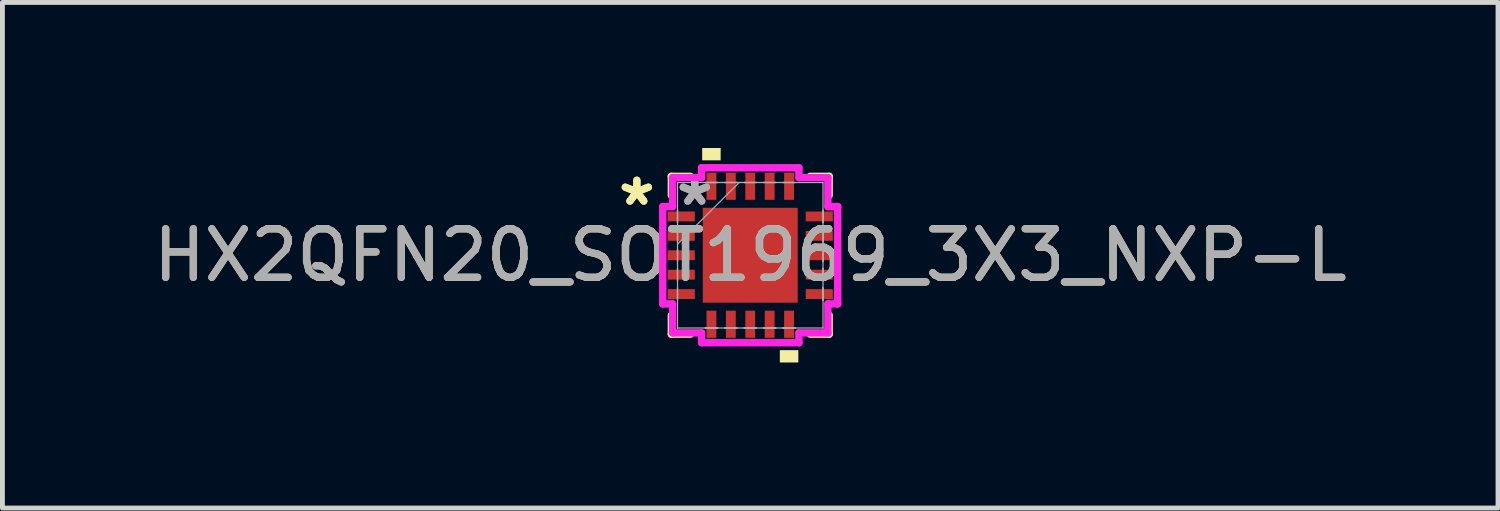
<source format=kicad_pcb>
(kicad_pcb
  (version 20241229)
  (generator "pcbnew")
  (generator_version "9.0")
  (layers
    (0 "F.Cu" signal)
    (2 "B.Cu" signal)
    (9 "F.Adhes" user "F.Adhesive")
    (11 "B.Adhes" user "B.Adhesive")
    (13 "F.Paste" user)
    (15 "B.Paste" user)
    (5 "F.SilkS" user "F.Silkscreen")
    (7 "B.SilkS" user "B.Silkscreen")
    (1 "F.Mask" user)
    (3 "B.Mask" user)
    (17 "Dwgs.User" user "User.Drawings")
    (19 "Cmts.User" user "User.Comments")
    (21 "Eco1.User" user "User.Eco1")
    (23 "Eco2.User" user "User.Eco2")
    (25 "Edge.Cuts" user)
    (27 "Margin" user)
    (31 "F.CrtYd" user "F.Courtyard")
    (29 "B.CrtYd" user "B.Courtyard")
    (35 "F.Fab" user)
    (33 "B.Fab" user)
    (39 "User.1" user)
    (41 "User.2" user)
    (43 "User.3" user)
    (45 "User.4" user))
  (footprint "HX2QFN20_SOT1969_3X3_NXP-L"
    (layer "F.Cu")
    (at 12.411 2.21)
    (property "Reference" "HX2QFN20_SOT1969_3X3_NXP-L" (at 0 0 0) (unlocked yes) (layer "F.SilkS") (effects (font (size 1 1) (thickness 0.15))))
    (attr smd)
    (fp_line (start -1.626 -1.626) (end -1.626 -1.234) (stroke (width 0.152) (type solid)) (layer "F.SilkS"))
    (fp_line (start -1.626 1.234) (end -1.626 1.626) (stroke (width 0.152) (type solid)) (layer "F.SilkS"))
    (fp_line (start -1.626 1.626) (end -1.234 1.626) (stroke (width 0.152) (type solid)) (layer "F.SilkS"))
    (fp_line (start -1.234 -1.626) (end -1.626 -1.626) (stroke (width 0.152) (type solid)) (layer "F.SilkS"))
    (fp_line (start 1.234 1.626) (end 1.626 1.626) (stroke (width 0.152) (type solid)) (layer "F.SilkS"))
    (fp_line (start 1.626 -1.626) (end 1.234 -1.626) (stroke (width 0.152) (type solid)) (layer "F.SilkS"))
    (fp_line (start 1.626 -1.234) (end 1.626 -1.626) (stroke (width 0.152) (type solid)) (layer "F.SilkS"))
    (fp_line (start 1.626 1.626) (end 1.626 1.234) (stroke (width 0.152) (type solid)) (layer "F.SilkS"))
    (fp_poly (pts (xy -0.991 -1.956) (xy -0.991 -2.21) (xy -0.61 -2.21) (xy -0.61 -1.956)) (stroke (width 0) (type solid)) (fill yes) (layer "F.SilkS"))
    (fp_poly (pts (xy 0.61 1.956) (xy 0.61 2.21) (xy 0.991 2.21) (xy 0.991 1.956)) (stroke (width 0) (type solid)) (fill yes) (layer "F.SilkS"))
    (fp_line (start -1.803 -1.003) (end -1.6 -1.003) (stroke (width 0.152) (type solid)) (layer "F.CrtYd"))
    (fp_line (start -1.803 1.003) (end -1.803 -1.003) (stroke (width 0.152) (type solid)) (layer "F.CrtYd"))
    (fp_line (start -1.6 -1.6) (end -1.003 -1.6) (stroke (width 0.152) (type solid)) (layer "F.CrtYd"))
    (fp_line (start -1.6 -1.003) (end -1.6 -1.6) (stroke (width 0.152) (type solid)) (layer "F.CrtYd"))
    (fp_line (start -1.6 1.003) (end -1.803 1.003) (stroke (width 0.152) (type solid)) (layer "F.CrtYd"))
    (fp_line (start -1.6 1.6) (end -1.6 1.003) (stroke (width 0.152) (type solid)) (layer "F.CrtYd"))
    (fp_line (start -1.003 -1.803) (end 1.003 -1.803) (stroke (width 0.152) (type solid)) (layer "F.CrtYd"))
    (fp_line (start -1.003 -1.6) (end -1.003 -1.803) (stroke (width 0.152) (type solid)) (layer "F.CrtYd"))
    (fp_line (start -1.003 1.6) (end -1.6 1.6) (stroke (width 0.152) (type solid)) (layer "F.CrtYd"))
    (fp_line (start -1.003 1.803) (end -1.003 1.6) (stroke (width 0.152) (type solid)) (layer "F.CrtYd"))
    (fp_line (start 1.003 -1.803) (end 1.003 -1.6) (stroke (width 0.152) (type solid)) (layer "F.CrtYd"))
    (fp_line (start 1.003 -1.6) (end 1.6 -1.6) (stroke (width 0.152) (type solid)) (layer "F.CrtYd"))
    (fp_line (start 1.003 1.6) (end 1.003 1.803) (stroke (width 0.152) (type solid)) (layer "F.CrtYd"))
    (fp_line (start 1.003 1.803) (end -1.003 1.803) (stroke (width 0.152) (type solid)) (layer "F.CrtYd"))
    (fp_line (start 1.6 -1.6) (end 1.6 -1.003) (stroke (width 0.152) (type solid)) (layer "F.CrtYd"))
    (fp_line (start 1.6 -1.003) (end 1.803 -1.003) (stroke (width 0.152) (type solid)) (layer "F.CrtYd"))
    (fp_line (start 1.6 1.003) (end 1.6 1.6) (stroke (width 0.152) (type solid)) (layer "F.CrtYd"))
    (fp_line (start 1.6 1.6) (end 1.003 1.6) (stroke (width 0.152) (type solid)) (layer "F.CrtYd"))
    (fp_line (start 1.803 -1.003) (end 1.803 1.003) (stroke (width 0.152) (type solid)) (layer "F.CrtYd"))
    (fp_line (start 1.803 1.003) (end 1.6 1.003) (stroke (width 0.152) (type solid)) (layer "F.CrtYd"))
    (fp_line (start -1.499 -1.499) (end -1.499 -1.499) (stroke (width 0.025) (type solid)) (layer "F.Fab"))
    (fp_line (start -1.499 -1.499) (end -1.499 1.499) (stroke (width 0.025) (type solid)) (layer "F.Fab"))
    (fp_line (start -1.499 -0.927) (end -1.499 -0.927) (stroke (width 0.025) (type solid)) (layer "F.Fab"))
    (fp_line (start -1.499 -0.927) (end -1.499 -0.673) (stroke (width 0.025) (type solid)) (layer "F.Fab"))
    (fp_line (start -1.499 -0.673) (end -1.499 -0.927) (stroke (width 0.025) (type solid)) (layer "F.Fab"))
    (fp_line (start -1.499 -0.673) (end -1.499 -0.673) (stroke (width 0.025) (type solid)) (layer "F.Fab"))
    (fp_line (start -1.499 -0.527) (end -1.499 -0.527) (stroke (width 0.025) (type solid)) (layer "F.Fab"))
    (fp_line (start -1.499 -0.527) (end -1.499 -0.273) (stroke (width 0.025) (type solid)) (layer "F.Fab"))
    (fp_line (start -1.499 -0.273) (end -1.499 -0.527) (stroke (width 0.025) (type solid)) (layer "F.Fab"))
    (fp_line (start -1.499 -0.273) (end -1.499 -0.273) (stroke (width 0.025) (type solid)) (layer "F.Fab"))
    (fp_line (start -1.499 -0.229) (end -0.229 -1.499) (stroke (width 0.025) (type solid)) (layer "F.Fab"))
    (fp_line (start -1.499 -0.127) (end -1.499 -0.127) (stroke (width 0.025) (type solid)) (layer "F.Fab"))
    (fp_line (start -1.499 -0.127) (end -1.499 0.127) (stroke (width 0.025) (type solid)) (layer "F.Fab"))
    (fp_line (start -1.499 0.127) (end -1.499 -0.127) (stroke (width 0.025) (type solid)) (layer "F.Fab"))
    (fp_line (start -1.499 0.127) (end -1.499 0.127) (stroke (width 0.025) (type solid)) (layer "F.Fab"))
    (fp_line (start -1.499 0.273) (end -1.499 0.273) (stroke (width 0.025) (type solid)) (layer "F.Fab"))
    (fp_line (start -1.499 0.273) (end -1.499 0.527) (stroke (width 0.025) (type solid)) (layer "F.Fab"))
    (fp_line (start -1.499 0.527) (end -1.499 0.273) (stroke (width 0.025) (type solid)) (layer "F.Fab"))
    (fp_line (start -1.499 0.527) (end -1.499 0.527) (stroke (width 0.025) (type solid)) (layer "F.Fab"))
    (fp_line (start -1.499 0.673) (end -1.499 0.673) (stroke (width 0.025) (type solid)) (layer "F.Fab"))
    (fp_line (start -1.499 0.673) (end -1.499 0.927) (stroke (width 0.025) (type solid)) (layer "F.Fab"))
    (fp_line (start -1.499 0.927) (end -1.499 0.673) (stroke (width 0.025) (type solid)) (layer "F.Fab"))
    (fp_line (start -1.499 0.927) (end -1.499 0.927) (stroke (width 0.025) (type solid)) (layer "F.Fab"))
    (fp_line (start -1.499 1.499) (end -1.499 1.499) (stroke (width 0.025) (type solid)) (layer "F.Fab"))
    (fp_line (start -1.499 1.499) (end 1.499 1.499) (stroke (width 0.025) (type solid)) (layer "F.Fab"))
    (fp_line (start -0.927 -1.499) (end -0.927 -1.499) (stroke (width 0.025) (type solid)) (layer "F.Fab"))
    (fp_line (start -0.927 -1.499) (end -0.673 -1.499) (stroke (width 0.025) (type solid)) (layer "F.Fab"))
    (fp_line (start -0.927 1.499) (end -0.927 1.499) (stroke (width 0.025) (type solid)) (layer "F.Fab"))
    (fp_line (start -0.927 1.499) (end -0.673 1.499) (stroke (width 0.025) (type solid)) (layer "F.Fab"))
    (fp_line (start -0.673 -1.499) (end -0.927 -1.499) (stroke (width 0.025) (type solid)) (layer "F.Fab"))
    (fp_line (start -0.673 -1.499) (end -0.673 -1.499) (stroke (width 0.025) (type solid)) (layer "F.Fab"))
    (fp_line (start -0.673 1.499) (end -0.927 1.499) (stroke (width 0.025) (type solid)) (layer "F.Fab"))
    (fp_line (start -0.673 1.499) (end -0.673 1.499) (stroke (width 0.025) (type solid)) (layer "F.Fab"))
    (fp_line (start -0.527 -1.499) (end -0.527 -1.499) (stroke (width 0.025) (type solid)) (layer "F.Fab"))
    (fp_line (start -0.527 -1.499) (end -0.273 -1.499) (stroke (width 0.025) (type solid)) (layer "F.Fab"))
    (fp_line (start -0.527 1.499) (end -0.527 1.499) (stroke (width 0.025) (type solid)) (layer "F.Fab"))
    (fp_line (start -0.527 1.499) (end -0.273 1.499) (stroke (width 0.025) (type solid)) (layer "F.Fab"))
    (fp_line (start -0.273 -1.499) (end -0.527 -1.499) (stroke (width 0.025) (type solid)) (layer "F.Fab"))
    (fp_line (start -0.273 -1.499) (end -0.273 -1.499) (stroke (width 0.025) (type solid)) (layer "F.Fab"))
    (fp_line (start -0.273 1.499) (end -0.527 1.499) (stroke (width 0.025) (type solid)) (layer "F.Fab"))
    (fp_line (start -0.273 1.499) (end -0.273 1.499) (stroke (width 0.025) (type solid)) (layer "F.Fab"))
    (fp_line (start -0.127 -1.499) (end -0.127 -1.499) (stroke (width 0.025) (type solid)) (layer "F.Fab"))
    (fp_line (start -0.127 -1.499) (end 0.127 -1.499) (stroke (width 0.025) (type solid)) (layer "F.Fab"))
    (fp_line (start -0.127 1.499) (end -0.127 1.499) (stroke (width 0.025) (type solid)) (layer "F.Fab"))
    (fp_line (start -0.127 1.499) (end 0.127 1.499) (stroke (width 0.025) (type solid)) (layer "F.Fab"))
    (fp_line (start 0.127 -1.499) (end -0.127 -1.499) (stroke (width 0.025) (type solid)) (layer "F.Fab"))
    (fp_line (start 0.127 -1.499) (end 0.127 -1.499) (stroke (width 0.025) (type solid)) (layer "F.Fab"))
    (fp_line (start 0.127 1.499) (end -0.127 1.499) (stroke (width 0.025) (type solid)) (layer "F.Fab"))
    (fp_line (start 0.127 1.499) (end 0.127 1.499) (stroke (width 0.025) (type solid)) (layer "F.Fab"))
    (fp_line (start 0.273 -1.499) (end 0.273 -1.499) (stroke (width 0.025) (type solid)) (layer "F.Fab"))
    (fp_line (start 0.273 -1.499) (end 0.527 -1.499) (stroke (width 0.025) (type solid)) (layer "F.Fab"))
    (fp_line (start 0.273 1.499) (end 0.273 1.499) (stroke (width 0.025) (type solid)) (layer "F.Fab"))
    (fp_line (start 0.273 1.499) (end 0.527 1.499) (stroke (width 0.025) (type solid)) (layer "F.Fab"))
    (fp_line (start 0.527 -1.499) (end 0.273 -1.499) (stroke (width 0.025) (type solid)) (layer "F.Fab"))
    (fp_line (start 0.527 -1.499) (end 0.527 -1.499) (stroke (width 0.025) (type solid)) (layer "F.Fab"))
    (fp_line (start 0.527 1.499) (end 0.273 1.499) (stroke (width 0.025) (type solid)) (layer "F.Fab"))
    (fp_line (start 0.527 1.499) (end 0.527 1.499) (stroke (width 0.025) (type solid)) (layer "F.Fab"))
    (fp_line (start 0.673 -1.499) (end 0.673 -1.499) (stroke (width 0.025) (type solid)) (layer "F.Fab"))
    (fp_line (start 0.673 -1.499) (end 0.927 -1.499) (stroke (width 0.025) (type solid)) (layer "F.Fab"))
    (fp_line (start 0.673 1.499) (end 0.673 1.499) (stroke (width 0.025) (type solid)) (layer "F.Fab"))
    (fp_line (start 0.673 1.499) (end 0.927 1.499) (stroke (width 0.025) (type solid)) (layer "F.Fab"))
    (fp_line (start 0.927 -1.499) (end 0.673 -1.499) (stroke (width 0.025) (type solid)) (layer "F.Fab"))
    (fp_line (start 0.927 -1.499) (end 0.927 -1.499) (stroke (width 0.025) (type solid)) (layer "F.Fab"))
    (fp_line (start 0.927 1.499) (end 0.673 1.499) (stroke (width 0.025) (type solid)) (layer "F.Fab"))
    (fp_line (start 0.927 1.499) (end 0.927 1.499) (stroke (width 0.025) (type solid)) (layer "F.Fab"))
    (fp_line (start 1.499 -1.499) (end -1.499 -1.499) (stroke (width 0.025) (type solid)) (layer "F.Fab"))
    (fp_line (start 1.499 -1.499) (end 1.499 -1.499) (stroke (width 0.025) (type solid)) (layer "F.Fab"))
    (fp_line (start 1.499 -0.927) (end 1.499 -0.927) (stroke (width 0.025) (type solid)) (layer "F.Fab"))
    (fp_line (start 1.499 -0.927) (end 1.499 -0.673) (stroke (width 0.025) (type solid)) (layer "F.Fab"))
    (fp_line (start 1.499 -0.673) (end 1.499 -0.927) (stroke (width 0.025) (type solid)) (layer "F.Fab"))
    (fp_line (start 1.499 -0.673) (end 1.499 -0.673) (stroke (width 0.025) (type solid)) (layer "F.Fab"))
    (fp_line (start 1.499 -0.527) (end 1.499 -0.527) (stroke (width 0.025) (type solid)) (layer "F.Fab"))
    (fp_line (start 1.499 -0.527) (end 1.499 -0.273) (stroke (width 0.025) (type solid)) (layer "F.Fab"))
    (fp_line (start 1.499 -0.273) (end 1.499 -0.527) (stroke (width 0.025) (type solid)) (layer "F.Fab"))
    (fp_line (start 1.499 -0.273) (end 1.499 -0.273) (stroke (width 0.025) (type solid)) (layer "F.Fab"))
    (fp_line (start 1.499 -0.127) (end 1.499 -0.127) (stroke (width 0.025) (type solid)) (layer "F.Fab"))
    (fp_line (start 1.499 -0.127) (end 1.499 0.127) (stroke (width 0.025) (type solid)) (layer "F.Fab"))
    (fp_line (start 1.499 0.127) (end 1.499 -0.127) (stroke (width 0.025) (type solid)) (layer "F.Fab"))
    (fp_line (start 1.499 0.127) (end 1.499 0.127) (stroke (width 0.025) (type solid)) (layer "F.Fab"))
    (fp_line (start 1.499 0.273) (end 1.499 0.273) (stroke (width 0.025) (type solid)) (layer "F.Fab"))
    (fp_line (start 1.499 0.273) (end 1.499 0.527) (stroke (width 0.025) (type solid)) (layer "F.Fab"))
    (fp_line (start 1.499 0.527) (end 1.499 0.273) (stroke (width 0.025) (type solid)) (layer "F.Fab"))
    (fp_line (start 1.499 0.527) (end 1.499 0.527) (stroke (width 0.025) (type solid)) (layer "F.Fab"))
    (fp_line (start 1.499 0.673) (end 1.499 0.673) (stroke (width 0.025) (type solid)) (layer "F.Fab"))
    (fp_line (start 1.499 0.673) (end 1.499 0.927) (stroke (width 0.025) (type solid)) (layer "F.Fab"))
    (fp_line (start 1.499 0.927) (end 1.499 0.673) (stroke (width 0.025) (type solid)) (layer "F.Fab"))
    (fp_line (start 1.499 0.927) (end 1.499 0.927) (stroke (width 0.025) (type solid)) (layer "F.Fab"))
    (fp_line (start 1.499 1.499) (end 1.499 -1.499) (stroke (width 0.025) (type solid)) (layer "F.Fab"))
    (fp_line (start 1.499 1.499) (end 1.499 1.499) (stroke (width 0.025) (type solid)) (layer "F.Fab"))
    (fp_text user "*" (at -2.337 -1 0) (unlocked yes) (layer "F.SilkS") (effects (font (size 1 1) (thickness 0.15))))
    (fp_text user "*" (at -2.337 -1 0) (layer "F.SilkS") (effects (font (size 1 1) (thickness 0.15))))
    (fp_text user "${REFERENCE}" (at 0 0 0) (unlocked yes) (layer "F.Fab") (effects (font (size 1 1) (thickness 0.15))))
    (fp_text user "*" (at -1.143 -1 0) (layer "F.Fab") (effects (font (size 1 1) (thickness 0.15))))
    (fp_text user "*" (at -1.143 -1 0) (unlocked yes) (layer "F.Fab") (effects (font (size 1 1) (thickness 0.15))))
    (pad "1" smd rect (at -1.422 -0.8 90) (size 0.203 0.559) (layers "F.Cu" "F.Mask" "F.Paste"))
    (pad "2" smd rect (at -1.422 -0.4 90) (size 0.203 0.559) (layers "F.Cu" "F.Mask" "F.Paste"))
    (pad "3" smd rect (at -1.422 0 90) (size 0.203 0.559) (layers "F.Cu" "F.Mask" "F.Paste"))
    (pad "4" smd rect (at -1.422 0.4 90) (size 0.203 0.559) (layers "F.Cu" "F.Mask" "F.Paste"))
    (pad "5" smd rect (at -1.422 0.8 90) (size 0.203 0.559) (layers "F.Cu" "F.Mask" "F.Paste"))
    (pad "6" smd rect (at -0.8 1.422) (size 0.203 0.559) (layers "F.Cu" "F.Mask" "F.Paste"))
    (pad "7" smd rect (at -0.4 1.422) (size 0.203 0.559) (layers "F.Cu" "F.Mask" "F.Paste"))
    (pad "8" smd rect (at 0 1.422) (size 0.203 0.559) (layers "F.Cu" "F.Mask" "F.Paste"))
    (pad "9" smd rect (at 0.4 1.422) (size 0.203 0.559) (layers "F.Cu" "F.Mask" "F.Paste"))
    (pad "10" smd rect (at 0.8 1.422) (size 0.203 0.559) (layers "F.Cu" "F.Mask" "F.Paste"))
    (pad "11" smd rect (at 1.422 0.8 90) (size 0.203 0.559) (layers "F.Cu" "F.Mask" "F.Paste"))
    (pad "12" smd rect (at 1.422 0.4 90) (size 0.203 0.559) (layers "F.Cu" "F.Mask" "F.Paste"))
    (pad "13" smd rect (at 1.422 0 90) (size 0.203 0.559) (layers "F.Cu" "F.Mask" "F.Paste"))
    (pad "14" smd rect (at 1.422 -0.4 90) (size 0.203 0.559) (layers "F.Cu" "F.Mask" "F.Paste"))
    (pad "15" smd rect (at 1.422 -0.8 90) (size 0.203 0.559) (layers "F.Cu" "F.Mask" "F.Paste"))
    (pad "16" smd rect (at 0.8 -1.422) (size 0.203 0.559) (layers "F.Cu" "F.Mask" "F.Paste"))
    (pad "17" smd rect (at 0.4 -1.422) (size 0.203 0.559) (layers "F.Cu" "F.Mask" "F.Paste"))
    (pad "18" smd rect (at 0 -1.422) (size 0.203 0.559) (layers "F.Cu" "F.Mask" "F.Paste"))
    (pad "19" smd rect (at -0.4 -1.422) (size 0.203 0.559) (layers "F.Cu" "F.Mask" "F.Paste"))
    (pad "20" smd rect (at -0.8 -1.422) (size 0.203 0.559) (layers "F.Cu" "F.Mask" "F.Paste"))
    (pad "21" smd rect (at 0 0) (size 1.956 1.956) (layers "F.Cu" "F.Mask" "F.Paste")))
  (gr_rect
    (start -3 -3)
    (end 27.821 7.42)
    (stroke (width 0.1) (type default))
    (fill no)
    (layer "Edge.Cuts")))
</source>
